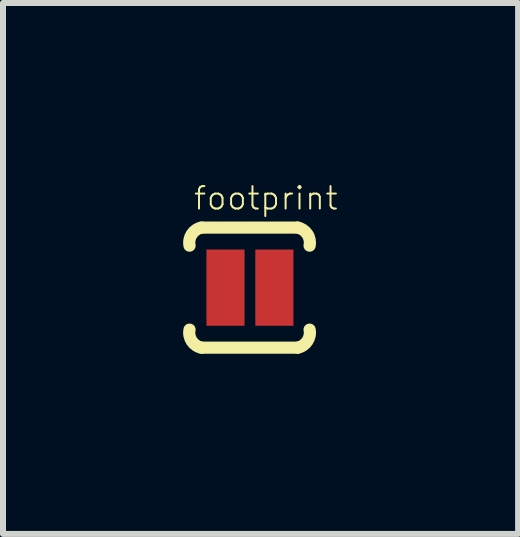
<source format=kicad_pcb>
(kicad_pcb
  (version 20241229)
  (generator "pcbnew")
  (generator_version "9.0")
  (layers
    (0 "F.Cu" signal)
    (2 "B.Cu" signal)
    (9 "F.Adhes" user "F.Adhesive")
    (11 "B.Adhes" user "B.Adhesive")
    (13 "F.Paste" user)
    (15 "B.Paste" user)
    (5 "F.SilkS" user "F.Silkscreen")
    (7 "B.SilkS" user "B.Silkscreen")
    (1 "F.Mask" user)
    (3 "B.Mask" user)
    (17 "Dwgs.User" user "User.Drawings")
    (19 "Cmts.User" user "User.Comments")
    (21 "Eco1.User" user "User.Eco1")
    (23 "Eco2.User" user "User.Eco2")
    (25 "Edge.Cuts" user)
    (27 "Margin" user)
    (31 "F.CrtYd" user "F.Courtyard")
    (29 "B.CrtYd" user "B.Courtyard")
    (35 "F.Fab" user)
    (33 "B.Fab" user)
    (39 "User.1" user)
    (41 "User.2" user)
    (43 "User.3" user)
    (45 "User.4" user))
  (footprint "footprint"
    (layer "F.Cu")
    (at 1.107 1.741)
    (property "Reference" "footprint" (at -0.953 -1.27 0) (layer "F.SilkS") (effects (font (size 0.374 0.374) (thickness 0.033)) (justify left bottom)))
    (fp_line (start -0.8 -1) (end 0.8 -1) (stroke (width 0.203) (type solid)) (layer "F.SilkS"))
    (fp_line (start 0.8 1) (end -0.8 1) (stroke (width 0.203) (type solid)) (layer "F.SilkS"))
    (fp_arc (start -1 -0.7) (mid -0.962161 -0.891441) (end -0.799999 -0.999999) (stroke (width 0.2032) (type solid)) (layer "F.SilkS"))
    (fp_arc (start -0.799999 0.999999) (mid -0.96216 0.891441) (end -1 0.7) (stroke (width 0.2032) (type solid)) (layer "F.SilkS"))
    (fp_arc (start 0.8 -1) (mid 0.962191 -0.89146) (end 0.999999 -0.699999) (stroke (width 0.2032) (type solid)) (layer "F.SilkS"))
    (fp_arc (start 1.000001 0.699999) (mid 0.962162 0.891441) (end 0.8 1) (stroke (width 0.2032) (type solid)) (layer "F.SilkS"))
    (fp_poly (pts (xy -1.016 1.016) (xy 1.016 1.016) (xy 1.016 -1.016) (xy -1.016 -1.016)) (stroke (width 0) (type solid)) (fill yes) (layer "F.Paste"))
    (pad "1" smd rect (at -0.401 0 180) (size 0.635 1.27) (layers "F.Cu" "F.Mask"))
    (pad "2" smd rect (at 0.413 0) (size 0.635 1.27) (layers "F.Cu" "F.Mask")))
  (gr_rect
    (start -3 -3)
    (end 5.58 5.843)
    (stroke (width 0.1) (type default))
    (fill no)
    (layer "Edge.Cuts")))
</source>
